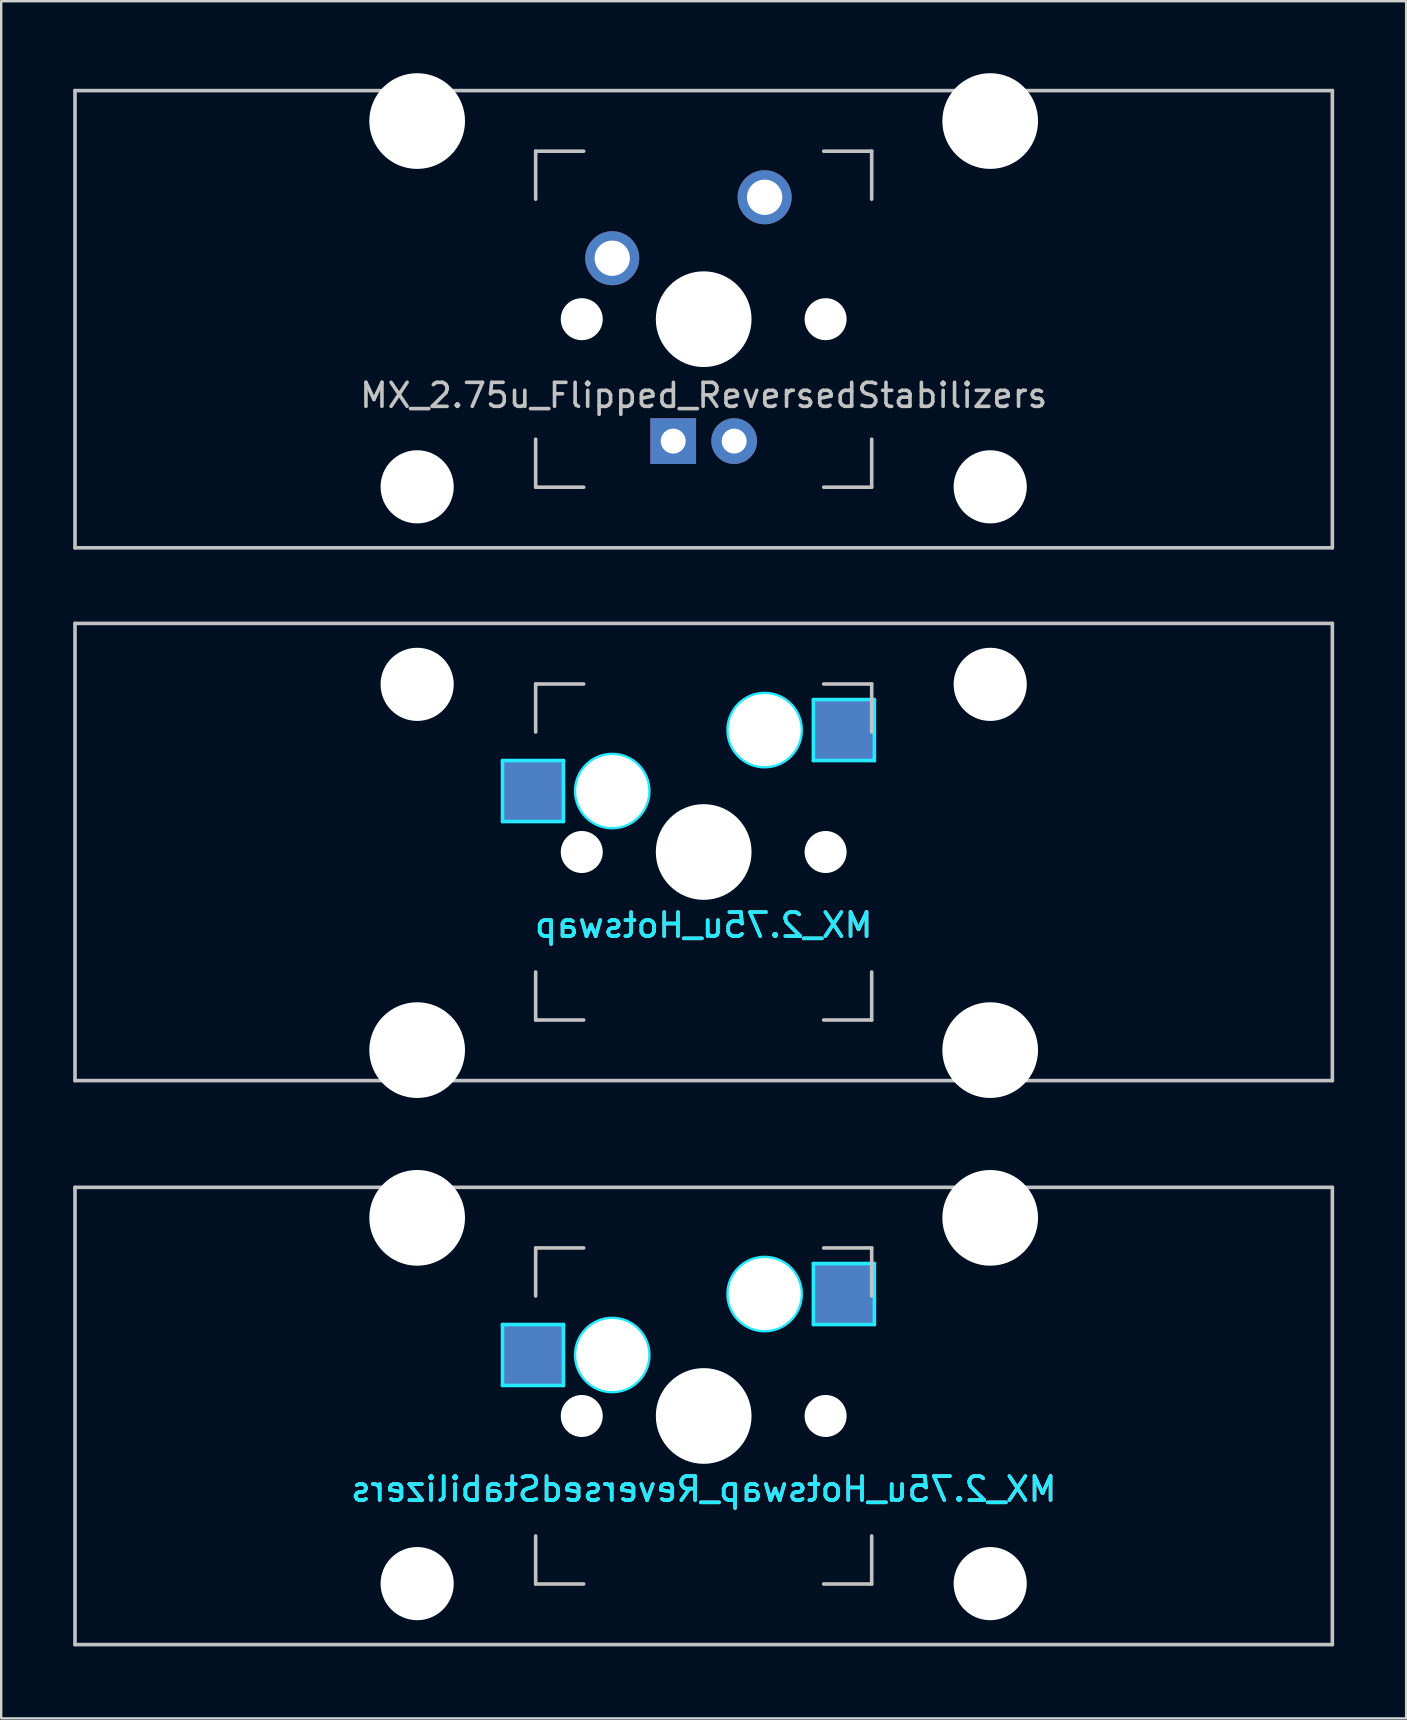
<source format=kicad_pcb>
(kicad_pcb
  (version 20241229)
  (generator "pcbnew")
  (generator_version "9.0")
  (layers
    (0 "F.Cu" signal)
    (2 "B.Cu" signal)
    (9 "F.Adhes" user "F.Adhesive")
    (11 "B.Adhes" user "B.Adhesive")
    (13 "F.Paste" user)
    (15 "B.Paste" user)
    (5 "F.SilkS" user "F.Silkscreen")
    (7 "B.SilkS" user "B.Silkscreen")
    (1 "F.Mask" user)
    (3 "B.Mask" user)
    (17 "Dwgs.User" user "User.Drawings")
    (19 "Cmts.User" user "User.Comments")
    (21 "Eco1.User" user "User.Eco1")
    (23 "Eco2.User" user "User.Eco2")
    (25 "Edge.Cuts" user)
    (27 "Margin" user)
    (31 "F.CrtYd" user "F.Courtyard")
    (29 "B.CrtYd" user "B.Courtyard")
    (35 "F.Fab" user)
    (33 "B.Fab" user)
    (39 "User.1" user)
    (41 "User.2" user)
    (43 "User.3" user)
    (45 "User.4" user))
  (footprint "MX_2.75u_Hotswap"
    (layer "F.Cu")
    (at 26.269 32.449)
    (property "Reference" "MX_2.75u_Hotswap" (at 0 3.048 0) (layer "B.CrtYd") (effects (font (size 1 1) (thickness 0.15)) (justify mirror)))
    (attr smd)
    (fp_line (start -26.194 -9.525) (end 26.194 -9.525) (stroke (width 0.15) (type solid)) (layer "Dwgs.User"))
    (fp_line (start -26.194 9.525) (end -26.194 -9.525) (stroke (width 0.15) (type solid)) (layer "Dwgs.User"))
    (fp_line (start -7 -7) (end -7 -5) (stroke (width 0.15) (type solid)) (layer "Dwgs.User"))
    (fp_line (start -7 5) (end -7 7) (stroke (width 0.15) (type solid)) (layer "Dwgs.User"))
    (fp_line (start -7 7) (end -5 7) (stroke (width 0.15) (type solid)) (layer "Dwgs.User"))
    (fp_line (start -5 -7) (end -7 -7) (stroke (width 0.15) (type solid)) (layer "Dwgs.User"))
    (fp_line (start 5 -7) (end 7 -7) (stroke (width 0.15) (type solid)) (layer "Dwgs.User"))
    (fp_line (start 5 7) (end 7 7) (stroke (width 0.15) (type solid)) (layer "Dwgs.User"))
    (fp_line (start 7 -7) (end 7 -5) (stroke (width 0.15) (type solid)) (layer "Dwgs.User"))
    (fp_line (start 7 7) (end 7 5) (stroke (width 0.15) (type solid)) (layer "Dwgs.User"))
    (fp_line (start 26.194 -9.525) (end 26.194 9.525) (stroke (width 0.15) (type solid)) (layer "Dwgs.User"))
    (fp_line (start 26.194 9.525) (end -26.194 9.525) (stroke (width 0.15) (type solid)) (layer "Dwgs.User"))
    (fp_line (start -8.382 -3.81) (end -5.842 -3.81) (stroke (width 0.15) (type solid)) (layer "B.CrtYd"))
    (fp_line (start -8.382 -1.27) (end -8.382 -3.81) (stroke (width 0.15) (type solid)) (layer "B.CrtYd"))
    (fp_line (start -5.842 -3.81) (end -5.842 -1.27) (stroke (width 0.15) (type solid)) (layer "B.CrtYd"))
    (fp_line (start -5.842 -1.27) (end -8.382 -1.27) (stroke (width 0.15) (type solid)) (layer "B.CrtYd"))
    (fp_line (start 4.572 -6.35) (end 7.112 -6.35) (stroke (width 0.15) (type solid)) (layer "B.CrtYd"))
    (fp_line (start 4.572 -3.81) (end 4.572 -6.35) (stroke (width 0.15) (type solid)) (layer "B.CrtYd"))
    (fp_line (start 7.112 -6.35) (end 7.112 -3.81) (stroke (width 0.15) (type solid)) (layer "B.CrtYd"))
    (fp_line (start 7.112 -3.81) (end 4.572 -3.81) (stroke (width 0.15) (type solid)) (layer "B.CrtYd"))
    (fp_circle (center -3.81 -2.54) (end -3.81 -4.064) (stroke (width 0.15) (type solid)) (fill no) (layer "B.CrtYd"))
    (fp_circle (center 2.54 -5.08) (end 2.54 -6.604) (stroke (width 0.15) (type solid)) (fill no) (layer "B.CrtYd"))
    (fp_text user "${REFERENCE}" (at 0 3.048 0) (layer "B.SilkS") (effects (font (size 1 1) (thickness 0.15)) (justify mirror)))
    (pad "" np_thru_hole circle (at -11.938 -6.985) (size 3.048 3.048) (drill 3.048) (layers "*.Cu" "*.Mask"))
    (pad "" np_thru_hole circle (at -11.938 8.255) (size 3.988 3.988) (drill 3.988) (layers "*.Cu" "*.Mask"))
    (pad "" np_thru_hole circle (at -5.08 0 48.1) (size 1.75 1.75) (drill 1.75) (layers "*.Cu" "*.Mask"))
    (pad "" np_thru_hole circle (at -3.81 -2.54) (size 3 3) (drill 3) (layers "*.Cu" "*.Mask"))
    (pad "" np_thru_hole circle (at 0 0) (size 3.988 3.988) (drill 3.988) (layers "*.Cu" "*.Mask"))
    (pad "" np_thru_hole circle (at 2.54 -5.08) (size 3 3) (drill 3) (layers "*.Cu" "*.Mask"))
    (pad "" np_thru_hole circle (at 5.08 0 48.1) (size 1.75 1.75) (drill 1.75) (layers "*.Cu" "*.Mask"))
    (pad "" np_thru_hole circle (at 11.938 -6.985) (size 3.048 3.048) (drill 3.048) (layers "*.Cu" "*.Mask"))
    (pad "" np_thru_hole circle (at 11.938 8.255) (size 3.988 3.988) (drill 3.988) (layers "*.Cu" "*.Mask"))
    (pad "1" smd rect (at -7.085 -2.54) (size 2.55 2.5) (layers "B.Cu" "B.Mask" "B.Paste"))
    (pad "2" smd rect (at 5.842 -5.08) (size 2.55 2.5) (layers "B.Cu" "B.Mask" "B.Paste")))
  (footprint "MX_2.75u_Hotswap_ReversedStabilizers"
    (layer "F.Cu")
    (at 26.269 55.947)
    (property "Reference" "MX_2.75u_Hotswap_ReversedStabilizers" (at 0 3.048 0) (layer "B.CrtYd") (effects (font (size 1 1) (thickness 0.15)) (justify mirror)))
    (attr smd)
    (fp_line (start -26.194 -9.525) (end 26.194 -9.525) (stroke (width 0.15) (type solid)) (layer "Dwgs.User"))
    (fp_line (start -26.194 9.525) (end -26.194 -9.525) (stroke (width 0.15) (type solid)) (layer "Dwgs.User"))
    (fp_line (start -7 -7) (end -7 -5) (stroke (width 0.15) (type solid)) (layer "Dwgs.User"))
    (fp_line (start -7 5) (end -7 7) (stroke (width 0.15) (type solid)) (layer "Dwgs.User"))
    (fp_line (start -7 7) (end -5 7) (stroke (width 0.15) (type solid)) (layer "Dwgs.User"))
    (fp_line (start -5 -7) (end -7 -7) (stroke (width 0.15) (type solid)) (layer "Dwgs.User"))
    (fp_line (start 5 -7) (end 7 -7) (stroke (width 0.15) (type solid)) (layer "Dwgs.User"))
    (fp_line (start 5 7) (end 7 7) (stroke (width 0.15) (type solid)) (layer "Dwgs.User"))
    (fp_line (start 7 -7) (end 7 -5) (stroke (width 0.15) (type solid)) (layer "Dwgs.User"))
    (fp_line (start 7 7) (end 7 5) (stroke (width 0.15) (type solid)) (layer "Dwgs.User"))
    (fp_line (start 26.194 -9.525) (end 26.194 9.525) (stroke (width 0.15) (type solid)) (layer "Dwgs.User"))
    (fp_line (start 26.194 9.525) (end -26.194 9.525) (stroke (width 0.15) (type solid)) (layer "Dwgs.User"))
    (fp_line (start -8.382 -3.81) (end -5.842 -3.81) (stroke (width 0.15) (type solid)) (layer "B.CrtYd"))
    (fp_line (start -8.382 -1.27) (end -8.382 -3.81) (stroke (width 0.15) (type solid)) (layer "B.CrtYd"))
    (fp_line (start -5.842 -3.81) (end -5.842 -1.27) (stroke (width 0.15) (type solid)) (layer "B.CrtYd"))
    (fp_line (start -5.842 -1.27) (end -8.382 -1.27) (stroke (width 0.15) (type solid)) (layer "B.CrtYd"))
    (fp_line (start 4.572 -6.35) (end 7.112 -6.35) (stroke (width 0.15) (type solid)) (layer "B.CrtYd"))
    (fp_line (start 4.572 -3.81) (end 4.572 -6.35) (stroke (width 0.15) (type solid)) (layer "B.CrtYd"))
    (fp_line (start 7.112 -6.35) (end 7.112 -3.81) (stroke (width 0.15) (type solid)) (layer "B.CrtYd"))
    (fp_line (start 7.112 -3.81) (end 4.572 -3.81) (stroke (width 0.15) (type solid)) (layer "B.CrtYd"))
    (fp_circle (center -3.81 -2.54) (end -3.81 -4.064) (stroke (width 0.15) (type solid)) (fill no) (layer "B.CrtYd"))
    (fp_circle (center 2.54 -5.08) (end 2.54 -6.604) (stroke (width 0.15) (type solid)) (fill no) (layer "B.CrtYd"))
    (fp_text user "${REFERENCE}" (at 0 3.048 0) (layer "B.SilkS") (effects (font (size 1 1) (thickness 0.15)) (justify mirror)))
    (pad "" np_thru_hole circle (at -11.938 -8.255) (size 3.988 3.988) (drill 3.988) (layers "*.Cu" "*.Mask"))
    (pad "" np_thru_hole circle (at -11.938 6.985) (size 3.048 3.048) (drill 3.048) (layers "*.Cu" "*.Mask"))
    (pad "" np_thru_hole circle (at -5.08 0 48.1) (size 1.75 1.75) (drill 1.75) (layers "*.Cu" "*.Mask"))
    (pad "" np_thru_hole circle (at -3.81 -2.54) (size 3 3) (drill 3) (layers "*.Cu" "*.Mask"))
    (pad "" np_thru_hole circle (at 0 0) (size 3.988 3.988) (drill 3.988) (layers "*.Cu" "*.Mask"))
    (pad "" np_thru_hole circle (at 2.54 -5.08) (size 3 3) (drill 3) (layers "*.Cu" "*.Mask"))
    (pad "" np_thru_hole circle (at 5.08 0 48.1) (size 1.75 1.75) (drill 1.75) (layers "*.Cu" "*.Mask"))
    (pad "" np_thru_hole circle (at 11.938 -8.255) (size 3.988 3.988) (drill 3.988) (layers "*.Cu" "*.Mask"))
    (pad "" np_thru_hole circle (at 11.938 6.985) (size 3.048 3.048) (drill 3.048) (layers "*.Cu" "*.Mask"))
    (pad "1" smd rect (at -7.085 -2.54) (size 2.55 2.5) (layers "B.Cu" "B.Mask" "B.Paste"))
    (pad "2" smd rect (at 5.842 -5.08) (size 2.55 2.5) (layers "B.Cu" "B.Mask" "B.Paste")))
  (footprint "MX_2.75u_Flipped_ReversedStabilizers"
    (layer "F.Cu")
    (at 26.269 10.249)
    (property "Reference" "MX_2.75u_Flipped_ReversedStabilizers" (at 0 3.175 0) (layer "Dwgs.User") (effects (font (size 1 1) (thickness 0.15))))
    (attr through_hole)
    (fp_line (start -26.194 -9.525) (end 26.194 -9.525) (stroke (width 0.15) (type solid)) (layer "Dwgs.User"))
    (fp_line (start -26.194 9.525) (end -26.194 -9.525) (stroke (width 0.15) (type solid)) (layer "Dwgs.User"))
    (fp_line (start -26.194 9.525) (end 26.194 9.525) (stroke (width 0.15) (type solid)) (layer "Dwgs.User"))
    (fp_line (start -7 -7) (end -7 -5) (stroke (width 0.15) (type solid)) (layer "Dwgs.User"))
    (fp_line (start -7 5) (end -7 7) (stroke (width 0.15) (type solid)) (layer "Dwgs.User"))
    (fp_line (start -7 7) (end -5 7) (stroke (width 0.15) (type solid)) (layer "Dwgs.User"))
    (fp_line (start -5 -7) (end -7 -7) (stroke (width 0.15) (type solid)) (layer "Dwgs.User"))
    (fp_line (start 5 -7) (end 7 -7) (stroke (width 0.15) (type solid)) (layer "Dwgs.User"))
    (fp_line (start 5 7) (end 7 7) (stroke (width 0.15) (type solid)) (layer "Dwgs.User"))
    (fp_line (start 7 -7) (end 7 -5) (stroke (width 0.15) (type solid)) (layer "Dwgs.User"))
    (fp_line (start 7 7) (end 7 5) (stroke (width 0.15) (type solid)) (layer "Dwgs.User"))
    (fp_line (start 26.194 -9.525) (end 26.194 9.525) (stroke (width 0.15) (type solid)) (layer "Dwgs.User"))
    (pad "" np_thru_hole circle (at -11.938 -8.255) (size 3.988 3.988) (drill 3.988) (layers "*.Cu" "*.Mask"))
    (pad "" np_thru_hole circle (at -11.938 6.985) (size 3.048 3.048) (drill 3.048) (layers "*.Cu" "*.Mask"))
    (pad "" np_thru_hole circle (at -5.08 0 48.1) (size 1.75 1.75) (drill 1.75) (layers "*.Cu" "*.Mask"))
    (pad "" np_thru_hole circle (at 0 0) (size 3.988 3.988) (drill 3.988) (layers "*.Cu" "*.Mask"))
    (pad "" np_thru_hole circle (at 5.08 0 48.1) (size 1.75 1.75) (drill 1.75) (layers "*.Cu" "*.Mask"))
    (pad "" np_thru_hole circle (at 11.938 -8.255) (size 3.988 3.988) (drill 3.988) (layers "*.Cu" "*.Mask"))
    (pad "" np_thru_hole circle (at 11.938 6.985) (size 3.048 3.048) (drill 3.048) (layers "*.Cu" "*.Mask"))
    (pad "1" thru_hole circle (at -3.81 -2.54) (size 2.25 2.25) (drill 1.47) (layers "*.Cu" "B.Mask"))
    (pad "2" thru_hole circle (at 2.54 -5.08) (size 2.25 2.25) (drill 1.47) (layers "*.Cu" "B.Mask"))
    (pad "3" thru_hole circle (at 1.27 5.08) (size 1.905 1.905) (drill 1.04) (layers "*.Cu" "B.Mask"))
    (pad "4" thru_hole rect (at -1.27 5.08) (size 1.905 1.905) (drill 1.04) (layers "*.Cu" "B.Mask")))
  (gr_rect
    (start -3 -3)
    (end 55.538 68.547)
    (stroke (width 0.1) (type default))
    (fill no)
    (layer "Edge.Cuts")))
</source>
